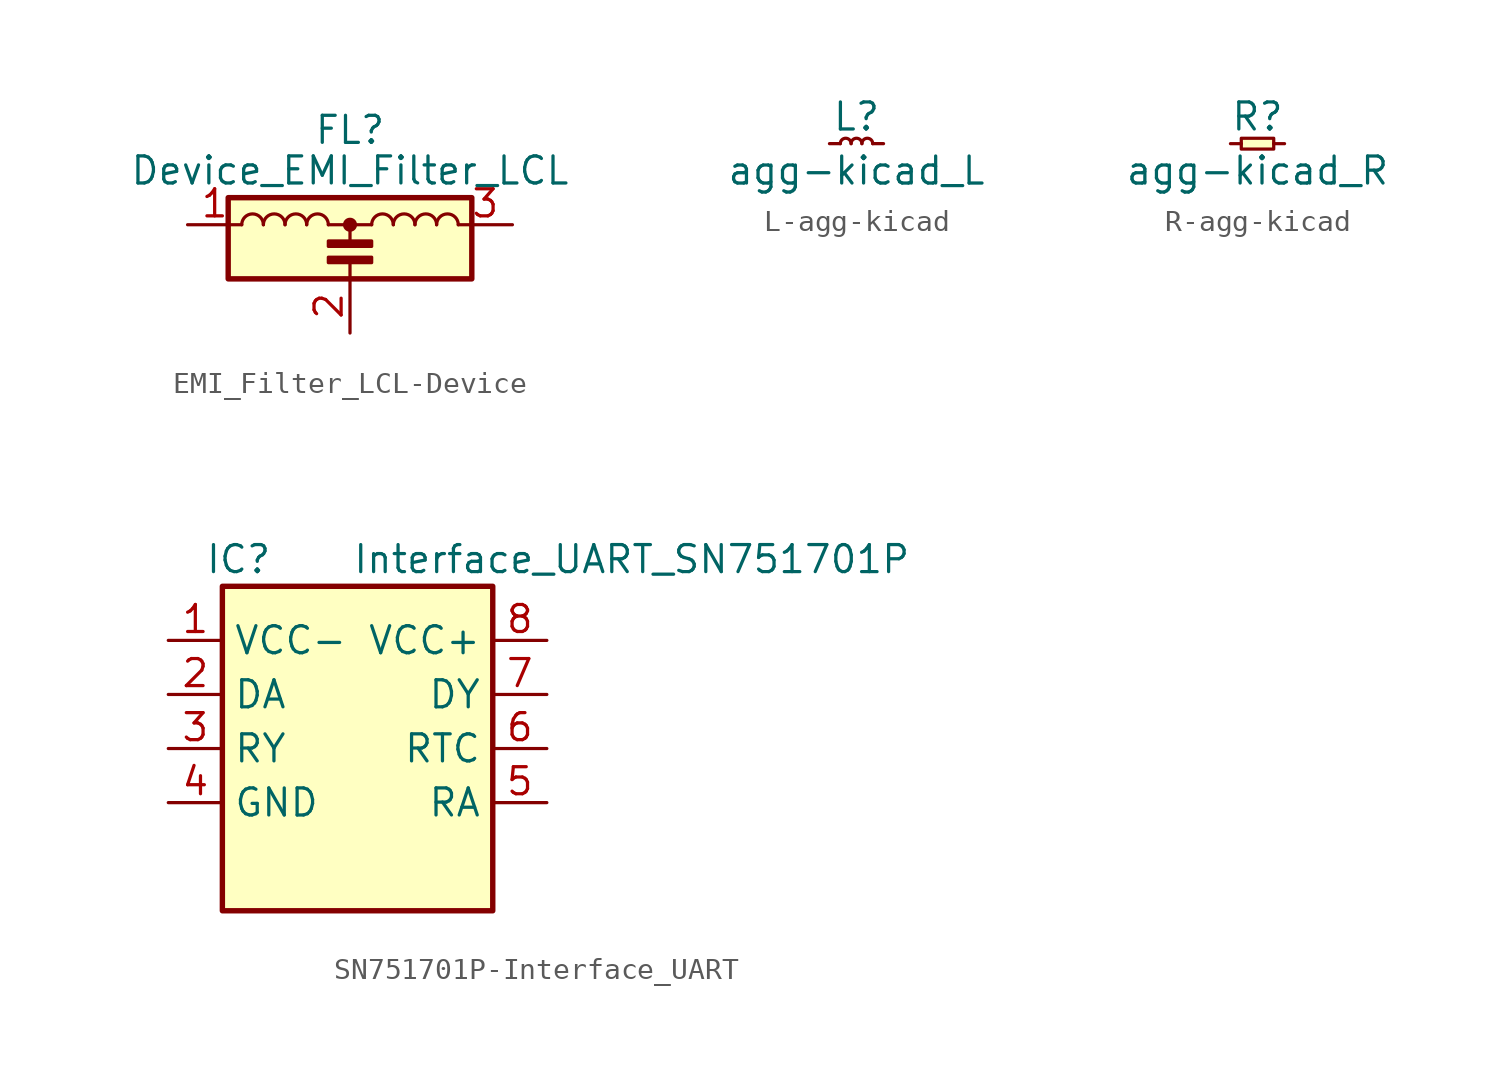
<source format=kicad_sym>
(kicad_symbol_lib
  (version 20220914)
  (generator kicad_symbol_editor)
  (symbol "EMI_Filter_LCL-Device"
    (pin_names
      (offset 0.254) hide)
    (property "Reference" "FL"
      (at 0 6.985 0)
      (effects (font (size 1.27 1.27))))
    (property "Value" "Device_EMI_Filter_LCL"
      (at 0 5.08 0)
      (effects (font (size 1.27 1.27))))
    (symbol "EMI_Filter_LCL-Device_0_1"
      (rectangle (start -5.715 3.81) (end 5.715 0) (stroke (width 0.254) (type solid)) (fill (type background)))
      (arc (start -4.064 2.54) (mid -4.572 3.0458) (end -5.08 2.54) (stroke (width 0) (type solid)) (fill (type none)))
      (arc (start -3.048 2.54) (mid -3.556 3.0458) (end -4.064 2.54) (stroke (width 0) (type solid)) (fill (type none)))
      (arc (start -2.032 2.54) (mid -2.54 3.0458) (end -3.048 2.54) (stroke (width 0) (type solid)) (fill (type none)))
      (rectangle (start -1.016 0.762) (end 1.016 1.016) (stroke (width 0) (type solid)) (fill (type outline)))
      (arc (start -1.016 2.54) (mid -1.524 3.0458) (end -2.032 2.54) (stroke (width 0) (type solid)) (fill (type none)))
      (polyline (pts (xy -1.016 2.54) (xy 1.016 2.54)) (stroke (width 0) (type solid)) (fill (type none)))
      (polyline (pts (xy 0 0.762) (xy 0 0)) (stroke (width 0) (type solid)) (fill (type none)))
      (polyline (pts (xy 0 2.54) (xy 0 1.778)) (stroke (width 0) (type solid)) (fill (type none)))
      (circle (center 0 2.54) (radius 0.254) (stroke (width 0) (type solid)) (fill (type outline)))
      (rectangle (start 1.016 1.524) (end -1.016 1.778) (stroke (width 0) (type solid)) (fill (type outline)))
      (arc (start 2.032 2.54) (mid 1.524 3.0458) (end 1.016 2.54) (stroke (width 0) (type solid)) (fill (type none)))
      (arc (start 3.048 2.54) (mid 2.54 3.0458) (end 2.032 2.54) (stroke (width 0) (type solid)) (fill (type none)))
      (arc (start 4.064 2.54) (mid 3.556 3.0458) (end 3.048 2.54) (stroke (width 0) (type solid)) (fill (type none)))
      (arc (start 5.08 2.54) (mid 4.572 3.0458) (end 4.064 2.54) (stroke (width 0) (type solid)) (fill (type none))))
    (symbol "EMI_Filter_LCL-Device_1_1"
      (pin passive line (at -7.62 2.54 0) (length 2.54) (name "1" (effects (font (size 1.27 1.27)))) (number "1" (effects (font (size 1.27 1.27)))))
      (pin passive line (at 0 -2.54 90) (length 2.54) (name "2" (effects (font (size 1.27 1.27)))) (number "2" (effects (font (size 1.27 1.27)))))
      (pin passive line (at 7.62 2.54 180) (length 2.54) (name "3" (effects (font (size 1.27 1.27)))) (number "3" (effects (font (size 1.27 1.27)))))))
  (symbol "L-agg-kicad"
    (pin_numbers hide)
    (pin_names
      (offset 1.016) hide)
    (property "Reference" "L"
      (at 1.27 1.27 0)
      (effects (font (size 1.27 1.27))))
    (property "Value" "agg-kicad_L"
      (at 1.27 -1.27 0)
      (effects (font (size 1.27 1.27))))
    (symbol "L-agg-kicad_0_1"
      (arc (start 1.016 0) (mid 0.762 0.2529) (end 0.508 0) (stroke (width 0) (type solid)) (fill (type none)))
      (arc (start 1.524 0) (mid 1.27 0.2529) (end 1.016 0) (stroke (width 0) (type solid)) (fill (type none)))
      (arc (start 2.032 0) (mid 1.778 0.2529) (end 1.524 0) (stroke (width 0) (type solid)) (fill (type none))))
    (symbol "L-agg-kicad_1_1"
      (pin passive line (at 0 0 0) (length 0.508) (name "~" (effects (font (size 1.27 1.27)))) (number "1" (effects (font (size 1.27 1.27)))))
      (pin passive line (at 2.54 0 180) (length 0.508) (name "~" (effects (font (size 1.27 1.27)))) (number "2" (effects (font (size 1.27 1.27)))))))
  (symbol "R-agg-kicad"
    (pin_numbers hide)
    (pin_names
      (offset 1.016) hide)
    (property "Reference" "R"
      (at 1.27 1.27 0)
      (effects (font (size 1.27 1.27))))
    (property "Value" "agg-kicad_R"
      (at 1.27 -1.27 0)
      (effects (font (size 1.27 1.27))))
    (symbol "R-agg-kicad_0_1"
      (rectangle (start 0.508 0.254) (end 2.032 -0.254) (stroke (width 0) (type solid)) (fill (type background))))
    (symbol "R-agg-kicad_1_1"
      (pin passive line (at 0 0 0) (length 0.508) (name "~" (effects (font (size 1.27 1.27)))) (number "1" (effects (font (size 1.27 1.27)))))
      (pin passive line (at 2.54 0 180) (length 0.508) (name "~" (effects (font (size 1.27 1.27)))) (number "2" (effects (font (size 1.27 1.27)))))))
  (symbol "SN751701P-Interface_UART"
    (property "Reference" "IC"
      (at -4.318 8.89 0)
      (effects (font (size 1.27 1.27))))
    (property "Value" "Interface_UART_SN751701P"
      (at 1.016 8.89 0)
      (effects (font (size 1.27 1.27)) (justify left)))
    (symbol "SN751701P-Interface_UART_0_1"
      (rectangle (start -5.08 7.62) (end 7.62 -7.62) (stroke (width 0.254) (type solid)) (fill (type background))))
    (symbol "SN751701P-Interface_UART_1_1"
      (pin power_in line (at -7.62 5.08 0) (length 2.54) (name "VCC-" (effects (font (size 1.27 1.27)))) (number "1" (effects (font (size 1.27 1.27)))))
      (pin input line (at -7.62 2.54 0) (length 2.54) (name "DA" (effects (font (size 1.27 1.27)))) (number "2" (effects (font (size 1.27 1.27)))))
      (pin output line (at -7.62 0 0) (length 2.54) (name "RY" (effects (font (size 1.27 1.27)))) (number "3" (effects (font (size 1.27 1.27)))))
      (pin power_in line (at -7.62 -2.54 0) (length 2.54) (name "GND" (effects (font (size 1.27 1.27)))) (number "4" (effects (font (size 1.27 1.27)))))
      (pin input line (at 10.16 -2.54 180) (length 2.54) (name "RA" (effects (font (size 1.27 1.27)))) (number "5" (effects (font (size 1.27 1.27)))))
      (pin bidirectional line (at 10.16 0 180) (length 2.54) (name "RTC" (effects (font (size 1.27 1.27)))) (number "6" (effects (font (size 1.27 1.27)))))
      (pin output line (at 10.16 2.54 180) (length 2.54) (name "DY" (effects (font (size 1.27 1.27)))) (number "7" (effects (font (size 1.27 1.27)))))
      (pin power_in line (at 10.16 5.08 180) (length 2.54) (name "VCC+" (effects (font (size 1.27 1.27)))) (number "8" (effects (font (size 1.27 1.27))))))))
</source>
